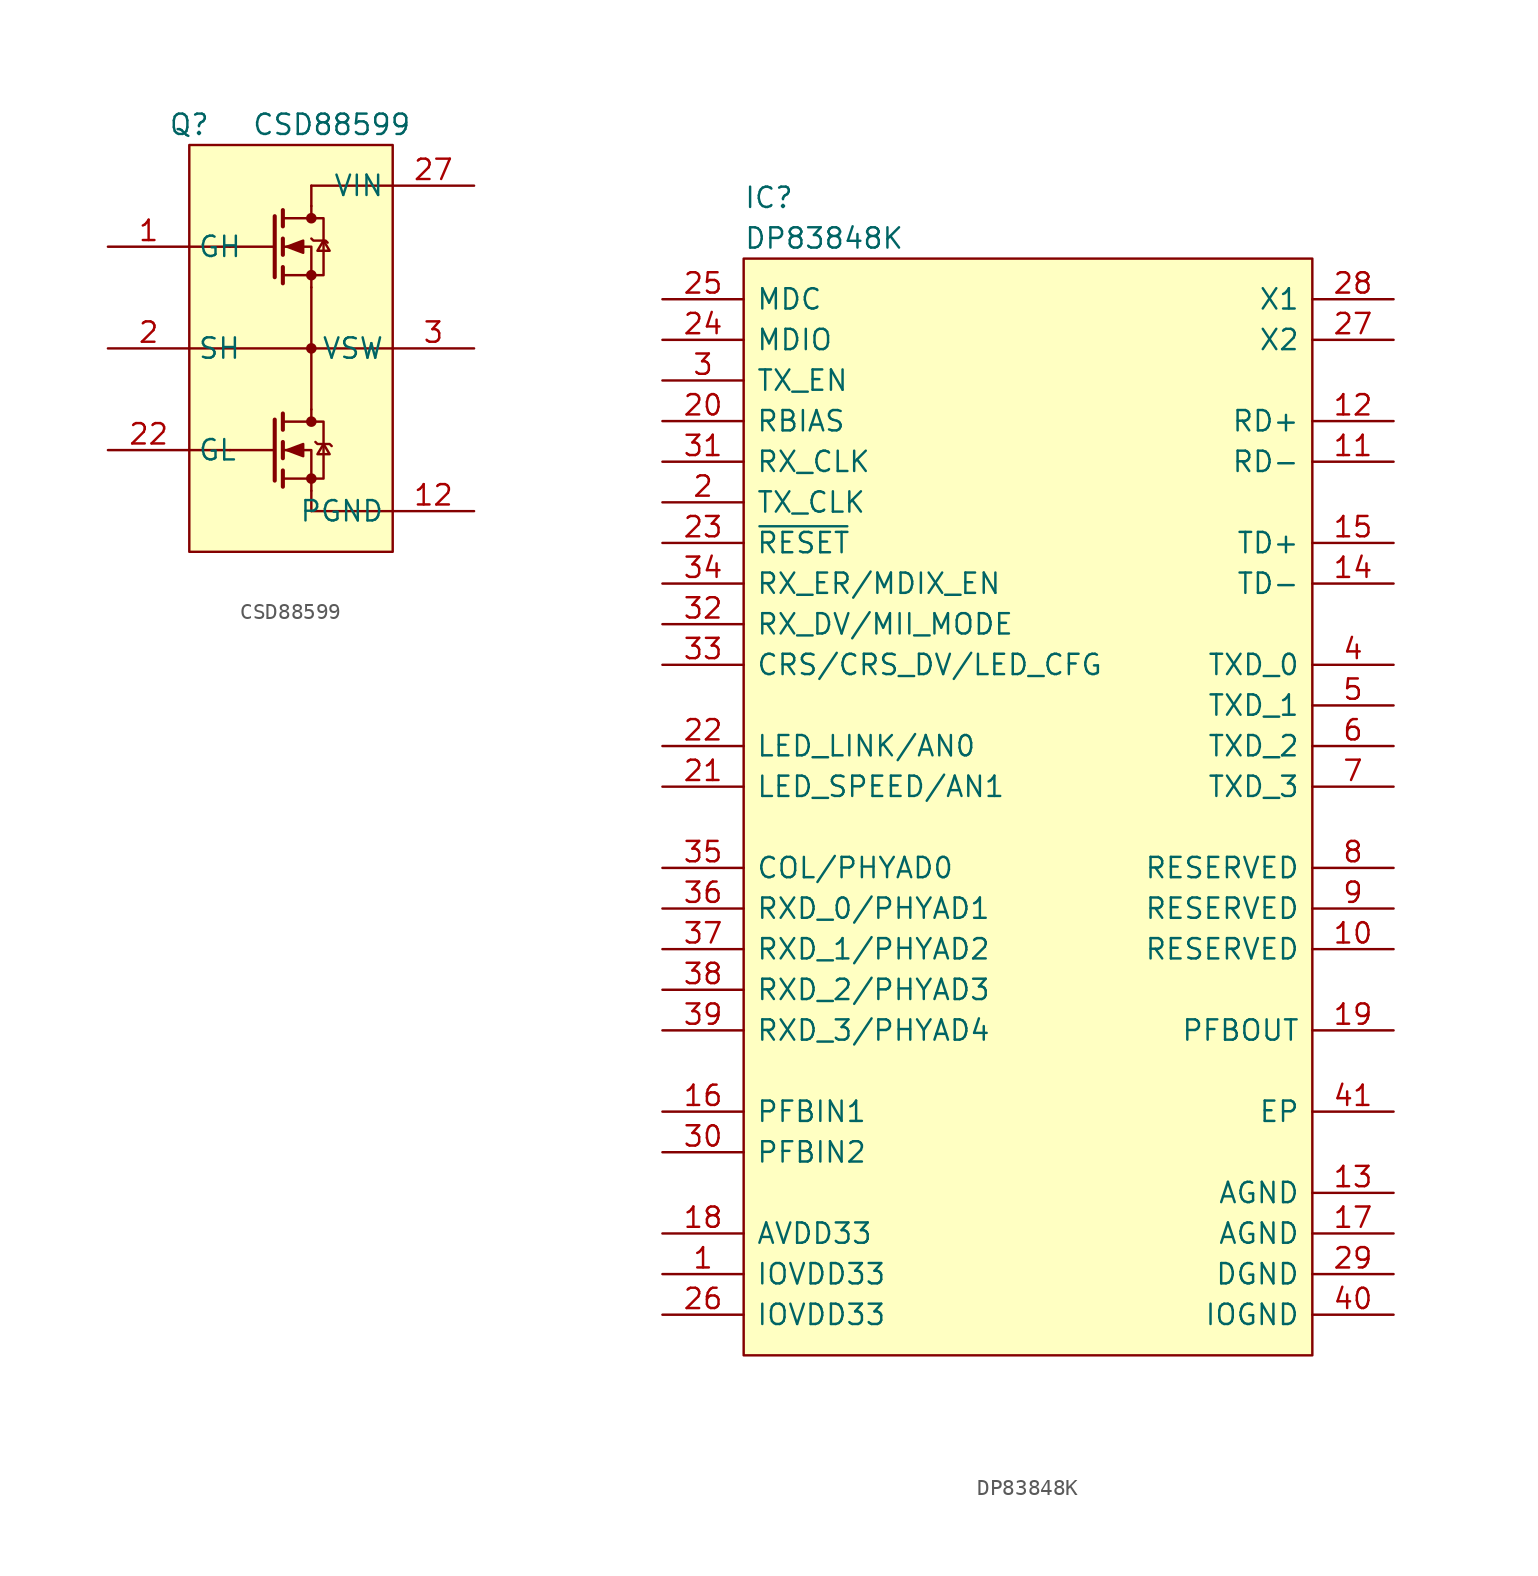
<source format=kicad_sym>
(kicad_symbol_lib
  (version 20220914)
  (generator kicad_symbol_editor)
  (symbol "CSD88599"
    (property "Reference" "Q"
      (at -6.35 13.97 0)
      (effects (font (size 1.27 1.27))))
    (property "Value" "CSD88599"
      (at 2.54 13.97 0)
      (effects (font (size 1.27 1.27))))
    (symbol "CSD88599_0_1"
      (polyline (pts (xy -1.016 -6.35) (xy -3.81 -6.35)) (stroke (width 0) (type default)) (fill (type none)))
      (polyline (pts (xy -1.016 -4.445) (xy -1.016 -8.255)) (stroke (width 0.254) (type default)) (fill (type none)))
      (polyline (pts (xy -1.016 6.35) (xy -3.81 6.35)) (stroke (width 0) (type default)) (fill (type none)))
      (polyline (pts (xy -1.016 8.255) (xy -1.016 4.445)) (stroke (width 0.254) (type default)) (fill (type none)))
      (polyline (pts (xy -0.508 -7.62) (xy -0.508 -8.636)) (stroke (width 0.254) (type default)) (fill (type none)))
      (polyline (pts (xy -0.508 -5.842) (xy -0.508 -6.858)) (stroke (width 0.254) (type default)) (fill (type none)))
      (polyline (pts (xy -0.508 -4.064) (xy -0.508 -5.08)) (stroke (width 0.254) (type default)) (fill (type none)))
      (polyline (pts (xy -0.508 5.08) (xy -0.508 4.064)) (stroke (width 0.254) (type default)) (fill (type none)))
      (polyline (pts (xy -0.508 6.858) (xy -0.508 5.842)) (stroke (width 0.254) (type default)) (fill (type none)))
      (polyline (pts (xy -0.508 8.636) (xy -0.508 7.62)) (stroke (width 0.254) (type default)) (fill (type none)))
      (polyline (pts (xy 1.27 -3.81) (xy 1.27 -4.572)) (stroke (width 0) (type default)) (fill (type none)))
      (polyline (pts (xy 1.27 8.89) (xy 1.27 8.128)) (stroke (width 0) (type default)) (fill (type none)))
      (polyline (pts (xy 1.27 -8.89) (xy 1.27 -6.35) (xy -0.508 -6.35)) (stroke (width 0) (type default)) (fill (type none)))
      (polyline (pts (xy 1.27 3.81) (xy 1.27 6.35) (xy -0.508 6.35)) (stroke (width 0) (type default)) (fill (type none)))
      (polyline (pts (xy -0.508 -8.128) (xy 2.032 -8.128) (xy 2.032 -4.572) (xy -0.508 -4.572)) (stroke (width 0) (type default)) (fill (type none)))
      (polyline (pts (xy -0.508 4.572) (xy 2.032 4.572) (xy 2.032 8.128) (xy -0.508 8.128)) (stroke (width 0) (type default)) (fill (type none)))
      (polyline (pts (xy -0.254 -6.35) (xy 0.762 -5.969) (xy 0.762 -6.731) (xy -0.254 -6.35)) (stroke (width 0) (type default)) (fill (type outline)))
      (polyline (pts (xy -0.254 6.35) (xy 0.762 6.731) (xy 0.762 5.969) (xy -0.254 6.35)) (stroke (width 0) (type default)) (fill (type outline)))
      (polyline (pts (xy 1.27 6.858) (xy 1.397 6.731) (xy 2.159 6.731) (xy 2.286 6.604)) (stroke (width 0) (type default)) (fill (type none)))
      (polyline (pts (xy 1.524 -5.842) (xy 1.651 -5.969) (xy 2.413 -5.969) (xy 2.54 -6.096)) (stroke (width 0) (type default)) (fill (type none)))
      (polyline (pts (xy 2.032 -5.969) (xy 1.651 -6.604) (xy 2.413 -6.604) (xy 2.032 -5.969)) (stroke (width 0) (type default)) (fill (type none)))
      (polyline (pts (xy 2.032 6.731) (xy 1.651 6.096) (xy 2.413 6.096) (xy 2.032 6.731)) (stroke (width 0) (type default)) (fill (type none)))
      (circle (center 1.27 -8.128) (radius 0.254) (stroke (width 0) (type default)) (fill (type outline)))
      (circle (center 1.27 -4.572) (radius 0.254) (stroke (width 0) (type default)) (fill (type outline)))
      (circle (center 1.27 0) (radius 0.254) (stroke (width 0) (type default)) (fill (type outline)))
      (circle (center 1.27 4.572) (radius 0.254) (stroke (width 0) (type default)) (fill (type outline)))
      (circle (center 1.27 8.128) (radius 0.254) (stroke (width 0) (type default)) (fill (type outline))))
    (symbol "CSD88599_1_1"
      (rectangle (start -6.35 12.7) (end 6.35 -12.7) (stroke (width 0) (type default)) (fill (type background)))
      (polyline (pts (xy -3.81 -6.35) (xy -6.35 -6.35)) (stroke (width 0) (type solid)) (fill (type none)))
      (polyline (pts (xy -3.81 6.35) (xy -6.35 6.35)) (stroke (width 0) (type solid)) (fill (type none)))
      (polyline (pts (xy 1.27 -10.16) (xy 1.27 -8.89)) (stroke (width 0) (type solid)) (fill (type none)))
      (polyline (pts (xy 1.27 -3.81) (xy 1.27 0)) (stroke (width 0) (type solid)) (fill (type none)))
      (polyline (pts (xy 1.27 0) (xy -6.35 0)) (stroke (width 0) (type solid)) (fill (type none)))
      (polyline (pts (xy 1.27 0) (xy 6.35 0)) (stroke (width 0) (type default)) (fill (type background)))
      (polyline (pts (xy 1.27 3.81) (xy 1.27 0)) (stroke (width 0) (type solid)) (fill (type none)))
      (polyline (pts (xy 1.27 10.16) (xy 1.27 8.89)) (stroke (width 0) (type solid)) (fill (type none)))
      (polyline (pts (xy 6.35 -10.16) (xy 1.27 -10.16)) (stroke (width 0) (type solid)) (fill (type none)))
      (polyline (pts (xy 6.35 10.16) (xy 1.27 10.16)) (stroke (width 0) (type solid)) (fill (type none)))
      (pin passive line (at -11.43 6.35 0) (length 5.08) (name "GH" (effects (font (size 1.27 1.27)))) (number "1" (effects (font (size 1.27 1.27)))))
      (pin passive line (at 11.43 0 180) (length 5.08) hide (name "VSW" (effects (font (size 1.27 1.27)))) (number "10" (effects (font (size 1.27 1.27)))))
      (pin passive line (at 11.43 0 180) (length 5.08) hide (name "VSW" (effects (font (size 1.27 1.27)))) (number "11" (effects (font (size 1.27 1.27)))))
      (pin passive line (at 11.43 -10.16 180) (length 5.08) (name "PGND" (effects (font (size 1.27 1.27)))) (number "12" (effects (font (size 1.27 1.27)))))
      (pin passive line (at 11.43 -10.16 180) (length 5.08) hide (name "PGND" (effects (font (size 1.27 1.27)))) (number "13" (effects (font (size 1.27 1.27)))))
      (pin passive line (at 11.43 -10.16 180) (length 5.08) hide (name "PGND" (effects (font (size 1.27 1.27)))) (number "14" (effects (font (size 1.27 1.27)))))
      (pin passive line (at 11.43 -10.16 180) (length 5.08) hide (name "PGND" (effects (font (size 1.27 1.27)))) (number "15" (effects (font (size 1.27 1.27)))))
      (pin passive line (at 11.43 -10.16 180) (length 5.08) hide (name "PGND" (effects (font (size 1.27 1.27)))) (number "16" (effects (font (size 1.27 1.27)))))
      (pin passive line (at 11.43 -10.16 180) (length 5.08) hide (name "PGND" (effects (font (size 1.27 1.27)))) (number "17" (effects (font (size 1.27 1.27)))))
      (pin passive line (at 11.43 -10.16 180) (length 5.08) hide (name "PGND" (effects (font (size 1.27 1.27)))) (number "18" (effects (font (size 1.27 1.27)))))
      (pin passive line (at 11.43 -10.16 180) (length 5.08) hide (name "PGND" (effects (font (size 1.27 1.27)))) (number "19" (effects (font (size 1.27 1.27)))))
      (pin passive line (at -11.43 0 0) (length 5.08) (name "SH" (effects (font (size 1.27 1.27)))) (number "2" (effects (font (size 1.27 1.27)))))
      (pin passive line (at 11.43 -10.16 180) (length 5.08) hide (name "PGND" (effects (font (size 1.27 1.27)))) (number "20" (effects (font (size 1.27 1.27)))))
      (pin no_connect line (at -2.54 -12.7 90) (length 5.08) hide (name "NC" (effects (font (size 1.27 1.27)))) (number "21" (effects (font (size 1.27 1.27)))))
      (pin passive line (at -11.43 -6.35 0) (length 5.08) (name "GL" (effects (font (size 1.27 1.27)))) (number "22" (effects (font (size 1.27 1.27)))))
      (pin no_connect line (at -1.27 -12.7 90) (length 5.08) hide (name "NC" (effects (font (size 1.27 1.27)))) (number "23" (effects (font (size 1.27 1.27)))))
      (pin no_connect line (at 0 -12.7 90) (length 5.08) hide (name "NC" (effects (font (size 1.27 1.27)))) (number "24" (effects (font (size 1.27 1.27)))))
      (pin no_connect line (at 1.27 -12.7 90) (length 5.08) hide (name "NC" (effects (font (size 1.27 1.27)))) (number "25" (effects (font (size 1.27 1.27)))))
      (pin no_connect line (at 2.54 -12.7 90) (length 5.08) hide (name "NC" (effects (font (size 1.27 1.27)))) (number "26" (effects (font (size 1.27 1.27)))))
      (pin passive line (at 11.43 10.16 180) (length 5.08) (name "VIN" (effects (font (size 1.27 1.27)))) (number "27" (effects (font (size 1.27 1.27)))))
      (pin passive line (at 11.43 0 180) (length 5.08) (name "VSW" (effects (font (size 1.27 1.27)))) (number "3" (effects (font (size 1.27 1.27)))))
      (pin passive line (at 11.43 0 180) (length 5.08) hide (name "VSW" (effects (font (size 1.27 1.27)))) (number "4" (effects (font (size 1.27 1.27)))))
      (pin passive line (at 11.43 0 180) (length 5.08) hide (name "VSW" (effects (font (size 1.27 1.27)))) (number "5" (effects (font (size 1.27 1.27)))))
      (pin passive line (at 11.43 0 180) (length 5.08) hide (name "VSW" (effects (font (size 1.27 1.27)))) (number "6" (effects (font (size 1.27 1.27)))))
      (pin passive line (at 11.43 0 180) (length 5.08) hide (name "VSW" (effects (font (size 1.27 1.27)))) (number "7" (effects (font (size 1.27 1.27)))))
      (pin passive line (at 11.43 0 180) (length 5.08) hide (name "VSW" (effects (font (size 1.27 1.27)))) (number "8" (effects (font (size 1.27 1.27)))))
      (pin passive line (at 11.43 0 180) (length 5.08) hide (name "VSW" (effects (font (size 1.27 1.27)))) (number "9" (effects (font (size 1.27 1.27)))))))
  (symbol "DP83848K"
    (pin_names
      (offset 0.762))
    (property "Reference" "IC"
      (at -17.78 38.1 0)
      (effects (font (size 1.27 1.27)) (justify left)))
    (property "Value" "DP83848K"
      (at -17.78 35.56 0)
      (effects (font (size 1.27 1.27)) (justify left)))
    (symbol "DP83848K_0_0"
      (pin passive line (at 22.86 -29.21 180) (length 5.08) (name "DGND" (effects (font (size 1.27 1.27)))) (number "29" (effects (font (size 1.27 1.27)))))
      (pin passive line (at 22.86 -31.75 180) (length 5.08) (name "IOGND" (effects (font (size 1.27 1.27)))) (number "40" (effects (font (size 1.27 1.27))))))
    (symbol "DP83848K_1_0"
      (pin power_in line (at -22.86 -29.21 0) (length 5.08) (name "IOVDD33" (effects (font (size 1.27 1.27)))) (number "1" (effects (font (size 1.27 1.27)))))
      (pin passive line (at 22.86 -8.89 180) (length 5.08) (name "RESERVED" (effects (font (size 1.27 1.27)))) (number "10" (effects (font (size 1.27 1.27)))))
      (pin bidirectional line (at 22.86 21.59 180) (length 5.08) (name "RD-" (effects (font (size 1.27 1.27)))) (number "11" (effects (font (size 1.27 1.27)))))
      (pin bidirectional line (at 22.86 24.13 180) (length 5.08) (name "RD+" (effects (font (size 1.27 1.27)))) (number "12" (effects (font (size 1.27 1.27)))))
      (pin passive line (at 22.86 -24.13 180) (length 5.08) (name "AGND" (effects (font (size 1.27 1.27)))) (number "13" (effects (font (size 1.27 1.27)))))
      (pin bidirectional line (at 22.86 13.97 180) (length 5.08) (name "TD-" (effects (font (size 1.27 1.27)))) (number "14" (effects (font (size 1.27 1.27)))))
      (pin bidirectional line (at 22.86 16.51 180) (length 5.08) (name "TD+" (effects (font (size 1.27 1.27)))) (number "15" (effects (font (size 1.27 1.27)))))
      (pin input line (at -22.86 -19.05 0) (length 5.08) (name "PFBIN1" (effects (font (size 1.27 1.27)))) (number "16" (effects (font (size 1.27 1.27)))))
      (pin passive line (at 22.86 -26.67 180) (length 5.08) (name "AGND" (effects (font (size 1.27 1.27)))) (number "17" (effects (font (size 1.27 1.27)))))
      (pin power_in line (at -22.86 -26.67 0) (length 5.08) (name "AVDD33" (effects (font (size 1.27 1.27)))) (number "18" (effects (font (size 1.27 1.27)))))
      (pin output line (at 22.86 -13.97 180) (length 5.08) (name "PFBOUT" (effects (font (size 1.27 1.27)))) (number "19" (effects (font (size 1.27 1.27)))))
      (pin output line (at -22.86 19.05 0) (length 5.08) (name "TX_CLK" (effects (font (size 1.27 1.27)))) (number "2" (effects (font (size 1.27 1.27)))))
      (pin input line (at -22.86 24.13 0) (length 5.08) (name "RBIAS" (effects (font (size 1.27 1.27)))) (number "20" (effects (font (size 1.27 1.27)))))
      (pin output line (at -22.86 1.27 0) (length 5.08) (name "LED_SPEED/AN1" (effects (font (size 1.27 1.27)))) (number "21" (effects (font (size 1.27 1.27)))))
      (pin output line (at -22.86 3.81 0) (length 5.08) (name "LED_LINK/AN0" (effects (font (size 1.27 1.27)))) (number "22" (effects (font (size 1.27 1.27)))))
      (pin input line (at -22.86 16.51 0) (length 5.08) (name "~{RESET}" (effects (font (size 1.27 1.27)))) (number "23" (effects (font (size 1.27 1.27)))))
      (pin bidirectional line (at -22.86 29.21 0) (length 5.08) (name "MDIO" (effects (font (size 1.27 1.27)))) (number "24" (effects (font (size 1.27 1.27)))))
      (pin input line (at -22.86 31.75 0) (length 5.08) (name "MDC" (effects (font (size 1.27 1.27)))) (number "25" (effects (font (size 1.27 1.27)))))
      (pin power_in line (at -22.86 -31.75 0) (length 5.08) (name "IOVDD33" (effects (font (size 1.27 1.27)))) (number "26" (effects (font (size 1.27 1.27)))))
      (pin output line (at 22.86 29.21 180) (length 5.08) (name "X2" (effects (font (size 1.27 1.27)))) (number "27" (effects (font (size 1.27 1.27)))))
      (pin input line (at 22.86 31.75 180) (length 5.08) (name "X1" (effects (font (size 1.27 1.27)))) (number "28" (effects (font (size 1.27 1.27)))))
      (pin input line (at -22.86 26.67 0) (length 5.08) (name "TX_EN" (effects (font (size 1.27 1.27)))) (number "3" (effects (font (size 1.27 1.27)))))
      (pin input line (at -22.86 -21.59 0) (length 5.08) (name "PFBIN2" (effects (font (size 1.27 1.27)))) (number "30" (effects (font (size 1.27 1.27)))))
      (pin output line (at -22.86 21.59 0) (length 5.08) (name "RX_CLK" (effects (font (size 1.27 1.27)))) (number "31" (effects (font (size 1.27 1.27)))))
      (pin output line (at -22.86 11.43 0) (length 5.08) (name "RX_DV/MII_MODE" (effects (font (size 1.27 1.27)))) (number "32" (effects (font (size 1.27 1.27)))))
      (pin output line (at -22.86 8.89 0) (length 5.08) (name "CRS/CRS_DV/LED_CFG" (effects (font (size 1.27 1.27)))) (number "33" (effects (font (size 1.27 1.27)))))
      (pin output line (at -22.86 13.97 0) (length 5.08) (name "RX_ER/MDIX_EN" (effects (font (size 1.27 1.27)))) (number "34" (effects (font (size 1.27 1.27)))))
      (pin output line (at -22.86 -3.81 0) (length 5.08) (name "COL/PHYAD0" (effects (font (size 1.27 1.27)))) (number "35" (effects (font (size 1.27 1.27)))))
      (pin output line (at -22.86 -6.35 0) (length 5.08) (name "RXD_0/PHYAD1" (effects (font (size 1.27 1.27)))) (number "36" (effects (font (size 1.27 1.27)))))
      (pin output line (at -22.86 -8.89 0) (length 5.08) (name "RXD_1/PHYAD2" (effects (font (size 1.27 1.27)))) (number "37" (effects (font (size 1.27 1.27)))))
      (pin output line (at -22.86 -11.43 0) (length 5.08) (name "RXD_2/PHYAD3" (effects (font (size 1.27 1.27)))) (number "38" (effects (font (size 1.27 1.27)))))
      (pin output line (at -22.86 -13.97 0) (length 5.08) (name "RXD_3/PHYAD4" (effects (font (size 1.27 1.27)))) (number "39" (effects (font (size 1.27 1.27)))))
      (pin input line (at 22.86 8.89 180) (length 5.08) (name "TXD_0" (effects (font (size 1.27 1.27)))) (number "4" (effects (font (size 1.27 1.27)))))
      (pin passive line (at 22.86 -19.05 180) (length 5.08) (name "EP" (effects (font (size 1.27 1.27)))) (number "41" (effects (font (size 1.27 1.27)))))
      (pin input line (at 22.86 6.35 180) (length 5.08) (name "TXD_1" (effects (font (size 1.27 1.27)))) (number "5" (effects (font (size 1.27 1.27)))))
      (pin input line (at 22.86 3.81 180) (length 5.08) (name "TXD_2" (effects (font (size 1.27 1.27)))) (number "6" (effects (font (size 1.27 1.27)))))
      (pin input line (at 22.86 1.27 180) (length 5.08) (name "TXD_3" (effects (font (size 1.27 1.27)))) (number "7" (effects (font (size 1.27 1.27)))))
      (pin passive line (at 22.86 -3.81 180) (length 5.08) (name "RESERVED" (effects (font (size 1.27 1.27)))) (number "8" (effects (font (size 1.27 1.27)))))
      (pin passive line (at 22.86 -6.35 180) (length 5.08) (name "RESERVED" (effects (font (size 1.27 1.27)))) (number "9" (effects (font (size 1.27 1.27))))))
    (symbol "DP83848K_1_1"
      (rectangle (start -17.78 34.29) (end 17.78 -34.29) (stroke (width 0) (type default)) (fill (type background))))))
</source>
